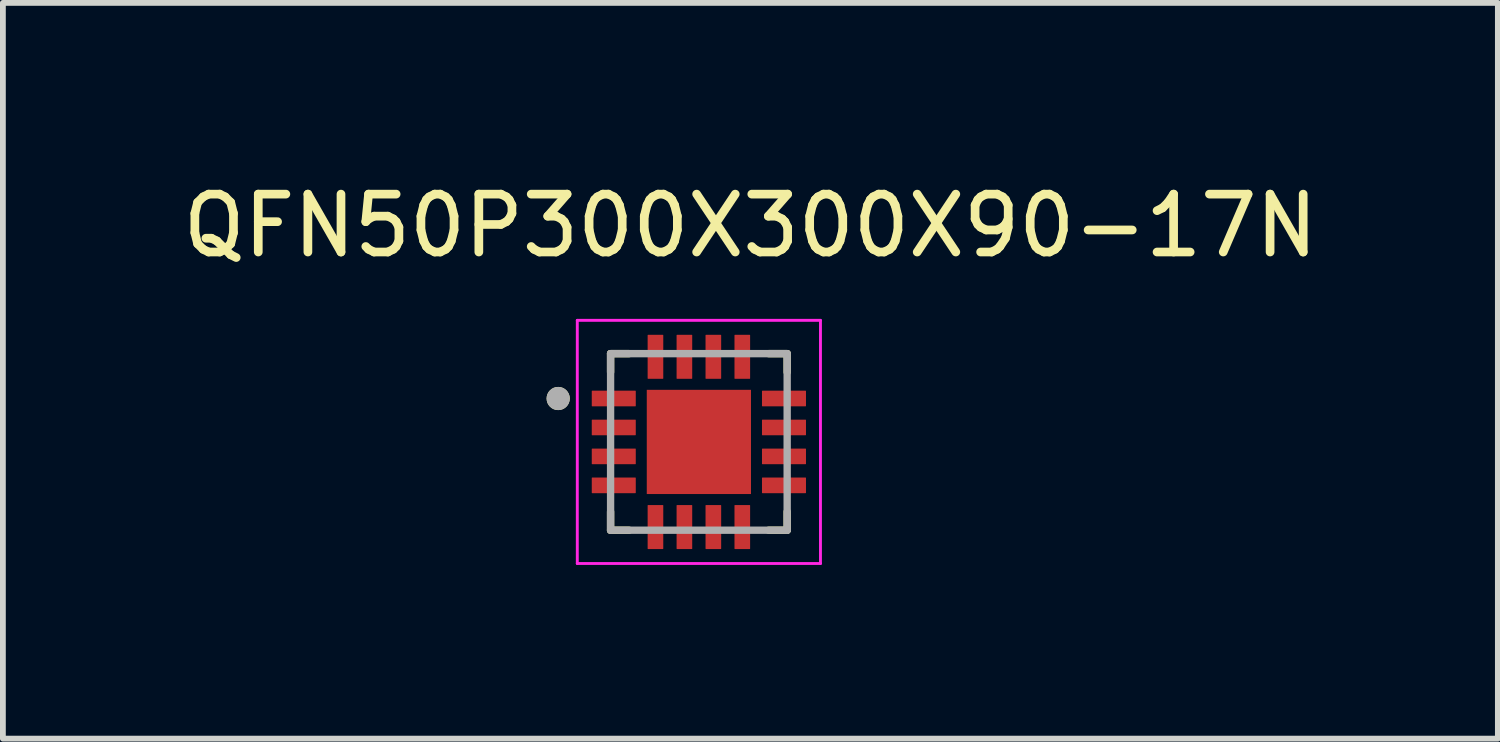
<source format=kicad_pcb>
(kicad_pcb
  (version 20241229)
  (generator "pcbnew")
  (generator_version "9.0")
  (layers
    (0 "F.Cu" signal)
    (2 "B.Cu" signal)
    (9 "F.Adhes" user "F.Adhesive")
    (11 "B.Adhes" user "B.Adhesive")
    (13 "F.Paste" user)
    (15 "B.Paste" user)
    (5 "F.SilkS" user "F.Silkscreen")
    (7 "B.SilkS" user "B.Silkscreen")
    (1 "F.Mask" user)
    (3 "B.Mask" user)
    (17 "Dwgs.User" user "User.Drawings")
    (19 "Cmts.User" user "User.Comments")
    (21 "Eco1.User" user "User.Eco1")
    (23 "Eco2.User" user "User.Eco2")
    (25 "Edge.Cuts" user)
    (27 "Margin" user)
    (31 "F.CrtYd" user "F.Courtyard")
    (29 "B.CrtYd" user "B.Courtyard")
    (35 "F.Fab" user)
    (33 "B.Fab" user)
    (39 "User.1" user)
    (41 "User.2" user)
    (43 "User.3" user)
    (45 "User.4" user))
  (footprint "QFN50P300X300X90-17N"
    (layer "F.Cu")
    (at 9.021 4.583)
    (property "Reference" "QFN50P300X300X90-17N" (at 0.89 -3.735 0) (layer "F.SilkS") (effects (font (size 1 1) (thickness 0.15))))
    (attr smd)
    (fp_line (start -1.525 -1.525) (end -1.525 -1.205) (stroke (width 0.127) (type solid)) (layer "F.SilkS"))
    (fp_line (start -1.525 -1.525) (end -1.205 -1.525) (stroke (width 0.127) (type solid)) (layer "F.SilkS"))
    (fp_line (start -1.525 1.525) (end -1.525 1.205) (stroke (width 0.127) (type solid)) (layer "F.SilkS"))
    (fp_line (start -1.525 1.525) (end -1.205 1.525) (stroke (width 0.127) (type solid)) (layer "F.SilkS"))
    (fp_line (start 1.525 -1.525) (end 1.205 -1.525) (stroke (width 0.127) (type solid)) (layer "F.SilkS"))
    (fp_line (start 1.525 -1.525) (end 1.525 -1.205) (stroke (width 0.127) (type solid)) (layer "F.SilkS"))
    (fp_line (start 1.525 1.525) (end 1.205 1.525) (stroke (width 0.127) (type solid)) (layer "F.SilkS"))
    (fp_line (start 1.525 1.525) (end 1.525 1.205) (stroke (width 0.127) (type solid)) (layer "F.SilkS"))
    (fp_circle (center -2.43 -0.75) (end -2.33 -0.75) (stroke (width 0.2) (type solid)) (fill no) (layer "F.SilkS"))
    (fp_poly (pts (xy -0.57 -0.57) (xy 0.57 -0.57) (xy 0.57 0.57) (xy -0.57 0.57)) (stroke (width 0.01) (type solid)) (fill yes) (layer "F.Paste"))
    (fp_line (start -2.1 -2.1) (end 2.1 -2.1) (stroke (width 0.05) (type solid)) (layer "F.CrtYd"))
    (fp_line (start -2.1 2.1) (end -2.1 -2.1) (stroke (width 0.05) (type solid)) (layer "F.CrtYd"))
    (fp_line (start -2.1 2.1) (end 2.1 2.1) (stroke (width 0.05) (type solid)) (layer "F.CrtYd"))
    (fp_line (start 2.1 2.1) (end 2.1 -2.1) (stroke (width 0.05) (type solid)) (layer "F.CrtYd"))
    (fp_line (start -1.525 1.525) (end -1.525 -1.525) (stroke (width 0.127) (type solid)) (layer "F.Fab"))
    (fp_line (start 1.525 -1.525) (end -1.525 -1.525) (stroke (width 0.127) (type solid)) (layer "F.Fab"))
    (fp_line (start 1.525 1.525) (end -1.525 1.525) (stroke (width 0.127) (type solid)) (layer "F.Fab"))
    (fp_line (start 1.525 1.525) (end 1.525 -1.525) (stroke (width 0.127) (type solid)) (layer "F.Fab"))
    (fp_circle (center -2.43 -0.75) (end -2.33 -0.75) (stroke (width 0.2) (type solid)) (fill no) (layer "F.Fab"))
    (pad "1" smd roundrect (at -1.47 -0.75) (size 0.76 0.27) (layers "F.Cu" "F.Mask" "F.Paste") (roundrect_rratio 0.03))
    (pad "2" smd roundrect (at -1.47 -0.25) (size 0.76 0.27) (layers "F.Cu" "F.Mask" "F.Paste") (roundrect_rratio 0.03))
    (pad "3" smd roundrect (at -1.47 0.25) (size 0.76 0.27) (layers "F.Cu" "F.Mask" "F.Paste") (roundrect_rratio 0.03))
    (pad "4" smd roundrect (at -1.47 0.75) (size 0.76 0.27) (layers "F.Cu" "F.Mask" "F.Paste") (roundrect_rratio 0.03))
    (pad "5" smd roundrect (at -0.75 1.47 90) (size 0.76 0.27) (layers "F.Cu" "F.Mask" "F.Paste") (roundrect_rratio 0.03))
    (pad "6" smd roundrect (at -0.25 1.47 90) (size 0.76 0.27) (layers "F.Cu" "F.Mask" "F.Paste") (roundrect_rratio 0.03))
    (pad "7" smd roundrect (at 0.25 1.47 90) (size 0.76 0.27) (layers "F.Cu" "F.Mask" "F.Paste") (roundrect_rratio 0.03))
    (pad "8" smd roundrect (at 0.75 1.47 90) (size 0.76 0.27) (layers "F.Cu" "F.Mask" "F.Paste") (roundrect_rratio 0.03))
    (pad "9" smd roundrect (at 1.47 0.75) (size 0.76 0.27) (layers "F.Cu" "F.Mask" "F.Paste") (roundrect_rratio 0.03))
    (pad "10" smd roundrect (at 1.47 0.25) (size 0.76 0.27) (layers "F.Cu" "F.Mask" "F.Paste") (roundrect_rratio 0.03))
    (pad "11" smd roundrect (at 1.47 -0.25) (size 0.76 0.27) (layers "F.Cu" "F.Mask" "F.Paste") (roundrect_rratio 0.03))
    (pad "12" smd roundrect (at 1.47 -0.75) (size 0.76 0.27) (layers "F.Cu" "F.Mask" "F.Paste") (roundrect_rratio 0.03))
    (pad "13" smd roundrect (at 0.75 -1.47 90) (size 0.76 0.27) (layers "F.Cu" "F.Mask" "F.Paste") (roundrect_rratio 0.03))
    (pad "14" smd roundrect (at 0.25 -1.47 90) (size 0.76 0.27) (layers "F.Cu" "F.Mask" "F.Paste") (roundrect_rratio 0.03))
    (pad "15" smd roundrect (at -0.25 -1.47 90) (size 0.76 0.27) (layers "F.Cu" "F.Mask" "F.Paste") (roundrect_rratio 0.03))
    (pad "16" smd roundrect (at -0.75 -1.47 90) (size 0.76 0.27) (layers "F.Cu" "F.Mask" "F.Paste") (roundrect_rratio 0.03))
    (pad "17" smd rect (at 0 0) (size 1.8 1.8) (layers "F.Cu" "F.Mask")))
  (gr_rect
    (start -3 -3)
    (end 22.821 9.708)
    (stroke (width 0.1) (type default))
    (fill no)
    (layer "Edge.Cuts")))
</source>
